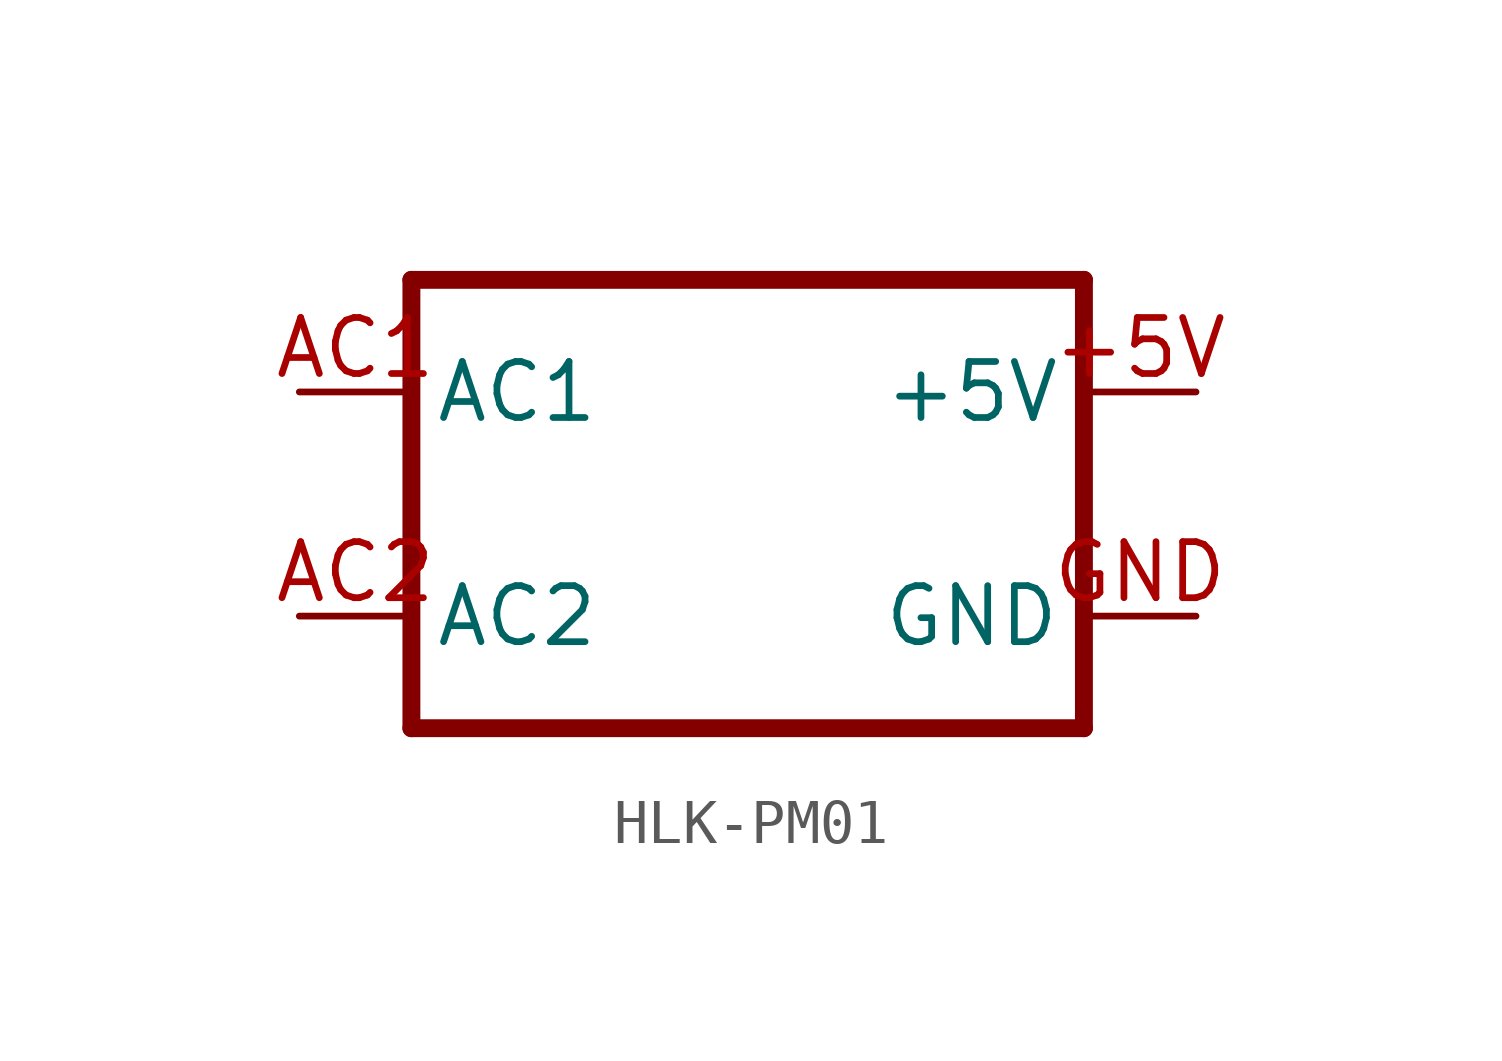
<source format=kicad_sym>
(kicad_symbol_lib
  (version 20220914)
  (generator kicad_symbol_editor)
  (symbol "HLK-PM01"
    (property "Reference" ""
      (at -7.62 8.255 0)
      (effects (font (size 1.778 1.511)) (justify left bottom) hide))
    (property "Value" ""
      (at -7.62 5.715 0)
      (effects (font (size 1.778 1.511)) (justify left bottom)))
    (property "ki_locked" ""
      (at 0 0 0)
      (effects (font (size 1.27 1.27))))
    (symbol "HLK-PM01_1_0"
      (polyline (pts (xy -7.62 -5.08) (xy 7.62 -5.08)) (stroke (width 0.406) (type solid)) (fill (type none)))
      (polyline (pts (xy -7.62 5.08) (xy -7.62 -5.08)) (stroke (width 0.406) (type solid)) (fill (type none)))
      (polyline (pts (xy 7.62 -5.08) (xy 7.62 5.08)) (stroke (width 0.406) (type solid)) (fill (type none)))
      (polyline (pts (xy 7.62 5.08) (xy -7.62 5.08)) (stroke (width 0.406) (type solid)) (fill (type none)))
      (pin passive line (at 10.16 2.54 180) (length 2.54) (name "+5V" (effects (font (size 1.27 1.27)))) (number "+5V" (effects (font (size 1.27 1.27)))))
      (pin input line (at -10.16 2.54 0) (length 2.54) (name "AC1" (effects (font (size 1.27 1.27)))) (number "AC1" (effects (font (size 1.27 1.27)))))
      (pin input line (at -10.16 -2.54 0) (length 2.54) (name "AC2" (effects (font (size 1.27 1.27)))) (number "AC2" (effects (font (size 1.27 1.27)))))
      (pin passive line (at 10.16 -2.54 180) (length 2.54) (name "GND" (effects (font (size 1.27 1.27)))) (number "GND" (effects (font (size 1.27 1.27))))))))
</source>
